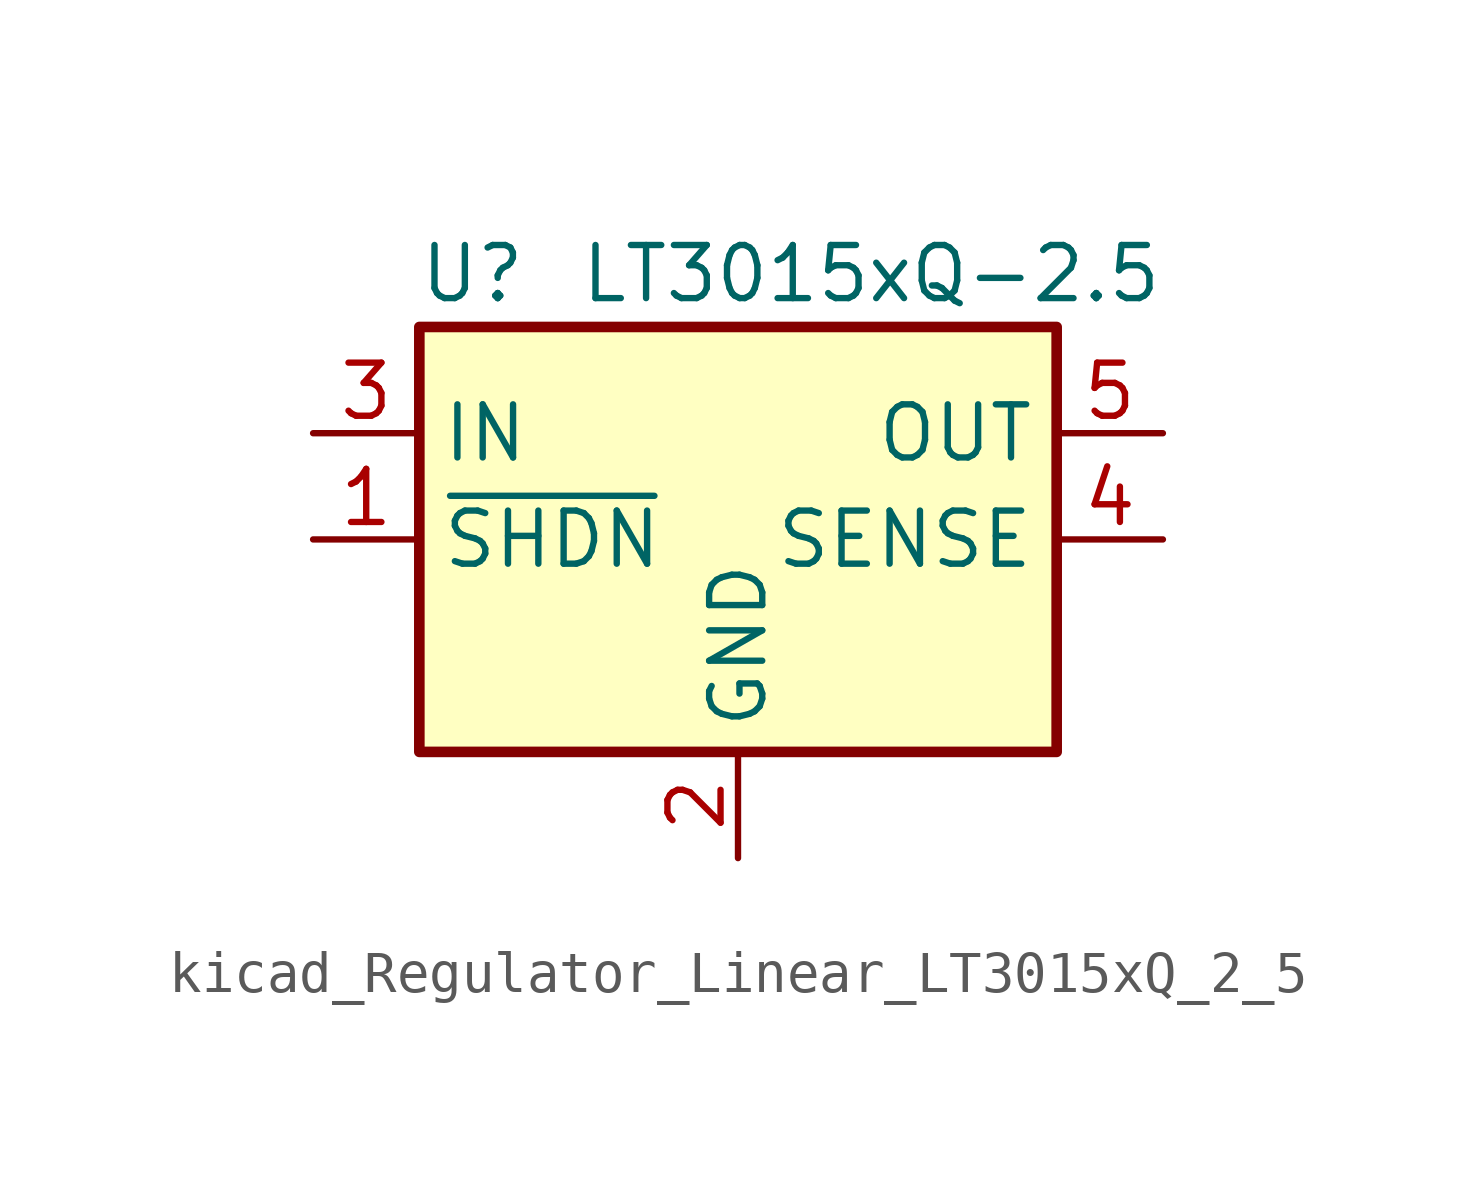
<source format=kicad_sym>
(kicad_symbol_lib
  (version 20220914)
  (generator kicad_symbol_editor)
  (symbol "kicad_Regulator_Linear_LT3015xQ_2_5"
    (property "Reference" "U"
      (at -6.35 6.35 0)
      (effects (font (size 1.27 1.27))))
    (property "Value" "LT3015xQ-2.5"
      (at -3.81 6.35 0)
      (effects (font (size 1.27 1.27)) (justify left)))
    (symbol "kicad_Regulator_Linear_LT3015xQ_2_5_0_1"
      (rectangle (start -7.62 5.08) (end 7.62 -5.08) (stroke (width 0.254) (type default)) (fill (type background))))
    (symbol "kicad_Regulator_Linear_LT3015xQ_2_5_1_1"
      (pin input line (at -10.16 0 0) (length 2.54) (name "~{SHDN}" (effects (font (size 1.27 1.27)))) (number "1" (effects (font (size 1.27 1.27)))))
      (pin power_in line (at 0 -7.62 90) (length 2.54) (name "GND" (effects (font (size 1.27 1.27)))) (number "2" (effects (font (size 1.27 1.27)))))
      (pin power_in line (at -10.16 2.54 0) (length 2.54) (name "IN" (effects (font (size 1.27 1.27)))) (number "3" (effects (font (size 1.27 1.27)))))
      (pin input line (at 10.16 0 180) (length 2.54) (name "SENSE" (effects (font (size 1.27 1.27)))) (number "4" (effects (font (size 1.27 1.27)))))
      (pin power_out line (at 10.16 2.54 180) (length 2.54) (name "OUT" (effects (font (size 1.27 1.27)))) (number "5" (effects (font (size 1.27 1.27))))))))
</source>
